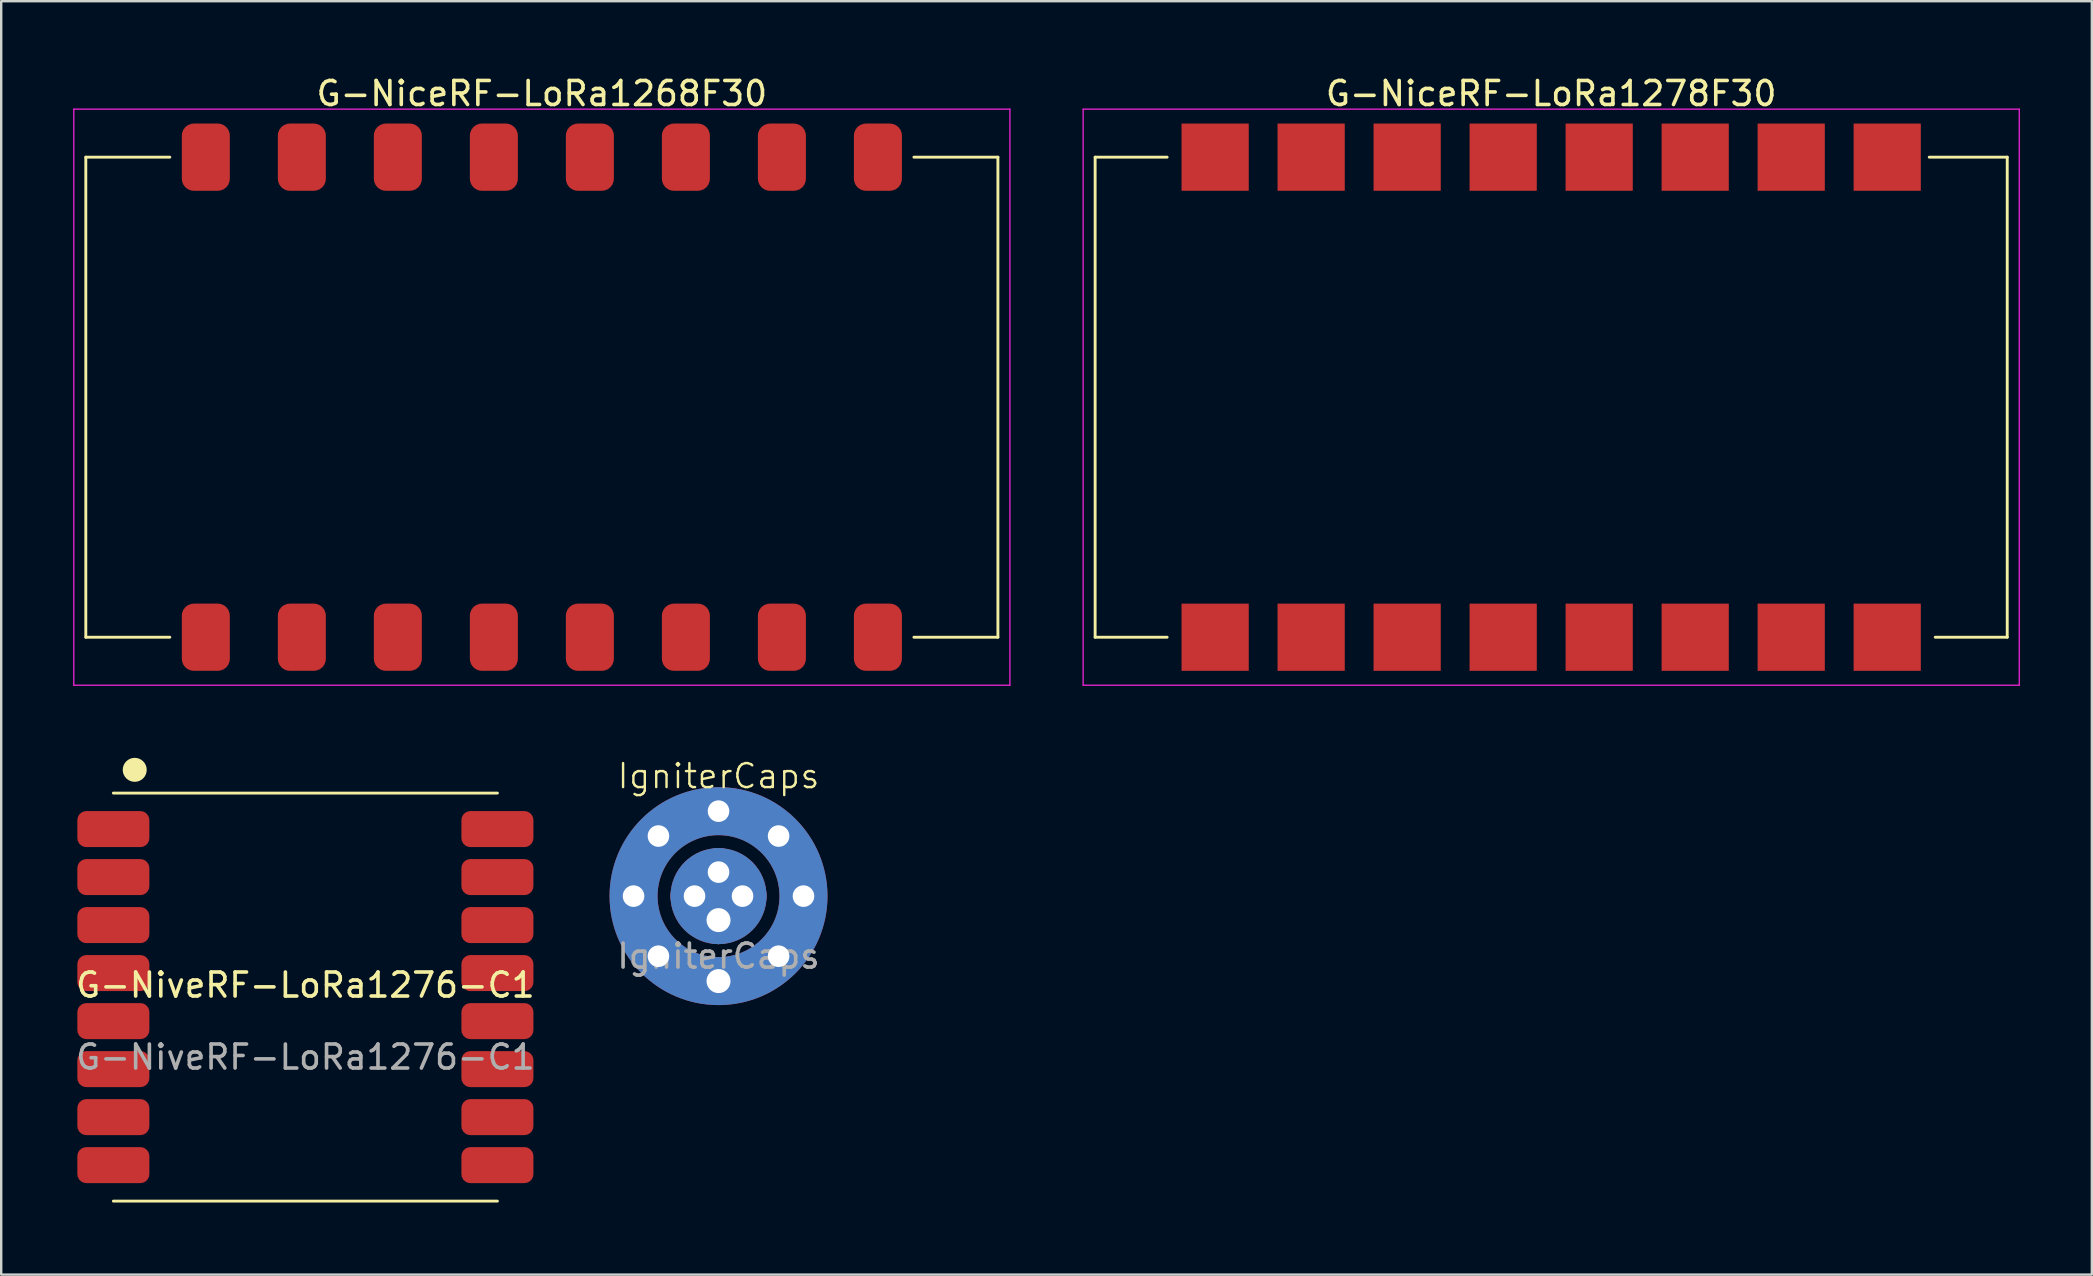
<source format=kicad_pcb>
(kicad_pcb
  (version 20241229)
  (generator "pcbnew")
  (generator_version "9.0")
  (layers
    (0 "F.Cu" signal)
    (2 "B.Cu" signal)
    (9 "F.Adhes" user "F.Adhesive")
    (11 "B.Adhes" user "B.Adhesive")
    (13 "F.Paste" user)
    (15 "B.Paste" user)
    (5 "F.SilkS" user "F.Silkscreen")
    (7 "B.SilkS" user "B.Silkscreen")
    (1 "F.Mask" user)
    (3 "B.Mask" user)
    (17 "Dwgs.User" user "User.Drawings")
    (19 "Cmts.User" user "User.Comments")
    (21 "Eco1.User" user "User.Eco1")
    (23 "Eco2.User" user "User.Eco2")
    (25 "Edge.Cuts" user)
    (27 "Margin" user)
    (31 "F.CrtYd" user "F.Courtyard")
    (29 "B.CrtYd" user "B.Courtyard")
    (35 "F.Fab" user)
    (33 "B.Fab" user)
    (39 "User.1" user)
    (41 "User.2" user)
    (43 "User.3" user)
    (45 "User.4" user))
  (footprint "IgniterCaps"
    (layer "F.Cu")
    (at 26.885 34.284)
    (property "Reference" "IgniterCaps" (at 0 -5 0) (unlocked yes) (layer "F.SilkS") (effects (font (size 1 1) (thickness 0.1))))
    (attr smd)
    (fp_circle (center 0 0) (end 1 0) (stroke (width 2) (type default)) (fill no) (layer "F.Cu"))
    (fp_circle (center 0 0) (end 3.54 0) (stroke (width 2) (type default)) (fill no) (layer "F.Cu"))
    (fp_circle (center 0 0) (end 1 0) (stroke (width 2) (type default)) (fill no) (layer "F.Mask"))
    (fp_circle (center 0 0) (end 3.54 0) (stroke (width 2) (type default)) (fill no) (layer "F.Mask"))
    (fp_circle (center 0 0) (end 1 0) (stroke (width 2) (type default)) (fill no) (layer "B.Cu"))
    (fp_circle (center 0 0) (end 3.54 0) (stroke (width 2) (type default)) (fill no) (layer "B.Cu"))
    (fp_circle (center 0 0) (end 1 0) (stroke (width 2) (type default)) (fill no) (layer "B.Mask"))
    (fp_circle (center 0 0) (end 3.54 0) (stroke (width 2) (type default)) (fill no) (layer "B.Mask"))
    (fp_text user "${REFERENCE}" (at 0 2.5 0) (unlocked yes) (layer "F.Fab") (effects (font (size 1 1) (thickness 0.15))))
    (pad "1" thru_hole circle (at -3.54 0) (size 1.9 1.9) (drill 0.9) (layers "*.Cu" "*.Mask"))
    (pad "1" thru_hole circle (at -2.503 -2.503) (size 1.9 1.9) (drill 0.9) (layers "*.Cu" "*.Mask"))
    (pad "1" thru_hole circle (at -2.503 2.503) (size 1.9 1.9) (drill 0.9) (layers "*.Cu" "*.Mask"))
    (pad "1" thru_hole circle (at 0 -3.54) (size 1.9 1.9) (drill 0.9) (layers "*.Cu" "*.Mask"))
    (pad "1" thru_hole circle (at 0 3.54) (size 1.9 1.9) (drill 1) (layers "*.Cu" "*.Mask"))
    (pad "1" thru_hole circle (at 2.503 -2.503) (size 1.9 1.9) (drill 0.9) (layers "*.Cu" "*.Mask"))
    (pad "1" thru_hole circle (at 2.503 2.503) (size 1.9 1.9) (drill 0.9) (layers "*.Cu" "*.Mask"))
    (pad "1" thru_hole circle (at 3.54 0) (size 1.9 1.9) (drill 0.9) (layers "*.Cu" "*.Mask"))
    (pad "2" thru_hole circle (at -1 0) (size 2 2) (drill 0.9) (layers "*.Cu" "*.Mask"))
    (pad "2" thru_hole circle (at 0 -1) (size 2 2) (drill 0.9) (layers "*.Cu" "*.Mask"))
    (pad "2" thru_hole circle (at 0 1) (size 2 2) (drill 1) (layers "*.Cu" "*.Mask"))
    (pad "2" thru_hole circle (at 1 0) (size 2 2) (drill 0.9) (layers "*.Cu" "*.Mask")))
  (footprint "G-NiceRF-LoRa1268F30"
    (layer "F.Cu")
    (at 19.525 13.498)
    (property "Reference" "G-NiceRF-LoRa1268F30" (at 0 -12.65 0) (layer "F.SilkS") (effects (font (size 1 1) (thickness 0.15))))
    (attr smd)
    (fp_line (start -19 -10) (end -19 10) (stroke (width 0.12) (type solid)) (layer "F.SilkS"))
    (fp_line (start -19 -10) (end -15.5 -10) (stroke (width 0.12) (type solid)) (layer "F.SilkS"))
    (fp_line (start -19 10) (end -15.5 10) (stroke (width 0.12) (type solid)) (layer "F.SilkS"))
    (fp_line (start 15.5 -10) (end 19 -10) (stroke (width 0.12) (type solid)) (layer "F.SilkS"))
    (fp_line (start 19 -10) (end 19 10) (stroke (width 0.12) (type solid)) (layer "F.SilkS"))
    (fp_line (start 19 10) (end 15.5 10) (stroke (width 0.12) (type solid)) (layer "F.SilkS"))
    (fp_line (start -19.5 -12) (end 19.5 -12) (stroke (width 0.05) (type solid)) (layer "F.CrtYd"))
    (fp_line (start -19.5 12) (end -19.5 -12) (stroke (width 0.05) (type solid)) (layer "F.CrtYd"))
    (fp_line (start 19.5 -12) (end 19.5 12) (stroke (width 0.05) (type solid)) (layer "F.CrtYd"))
    (fp_line (start 19.5 12) (end -19.5 12) (stroke (width 0.05) (type solid)) (layer "F.CrtYd"))
    (pad "1" smd roundrect (at -14 -10) (size 2 2.8) (layers "F.Cu" "F.Mask" "F.Paste") (roundrect_rratio 0.25))
    (pad "2" smd roundrect (at -10 -10) (size 2 2.8) (layers "F.Cu" "F.Mask" "F.Paste") (roundrect_rratio 0.25))
    (pad "3" smd roundrect (at -6 -10) (size 2 2.8) (layers "F.Cu" "F.Mask" "F.Paste") (roundrect_rratio 0.25))
    (pad "4" smd roundrect (at -2 -10) (size 2 2.8) (layers "F.Cu" "F.Mask" "F.Paste") (roundrect_rratio 0.25))
    (pad "5" smd roundrect (at 2 -10) (size 2 2.8) (layers "F.Cu" "F.Mask" "F.Paste") (roundrect_rratio 0.25))
    (pad "6" smd roundrect (at 6 -10) (size 2 2.8) (layers "F.Cu" "F.Mask" "F.Paste") (roundrect_rratio 0.25))
    (pad "7" smd roundrect (at 10 -10) (size 2 2.8) (layers "F.Cu" "F.Mask" "F.Paste") (roundrect_rratio 0.25))
    (pad "8" smd roundrect (at 14 -10) (size 2 2.8) (layers "F.Cu" "F.Mask" "F.Paste") (roundrect_rratio 0.25))
    (pad "9" smd roundrect (at 14 10) (size 2 2.8) (layers "F.Cu" "F.Mask" "F.Paste") (roundrect_rratio 0.25))
    (pad "10" smd roundrect (at 10 10) (size 2 2.8) (layers "F.Cu" "F.Mask" "F.Paste") (roundrect_rratio 0.25))
    (pad "11" smd roundrect (at 6 10) (size 2 2.8) (layers "F.Cu" "F.Mask" "F.Paste") (roundrect_rratio 0.25))
    (pad "12" smd roundrect (at 2 10) (size 2 2.8) (layers "F.Cu" "F.Mask" "F.Paste") (roundrect_rratio 0.25))
    (pad "13" smd roundrect (at -2 10) (size 2 2.8) (layers "F.Cu" "F.Mask" "F.Paste") (roundrect_rratio 0.25))
    (pad "14" smd roundrect (at -6 10) (size 2 2.8) (layers "F.Cu" "F.Mask" "F.Paste") (roundrect_rratio 0.25))
    (pad "15" smd roundrect (at -10 10) (size 2 2.8) (layers "F.Cu" "F.Mask" "F.Paste") (roundrect_rratio 0.25))
    (pad "16" smd roundrect (at -14 10) (size 2 2.8) (layers "F.Cu" "F.Mask" "F.Paste") (roundrect_rratio 0.25)))
  (footprint "G-NiceRF-LoRa1278F30"
    (layer "F.Cu")
    (at 61.575 13.498)
    (property "Reference" "G-NiceRF-LoRa1278F30" (at 0 -12.65 0) (layer "F.SilkS") (effects (font (size 1 1) (thickness 0.15))))
    (attr through_hole)
    (fp_line (start -19 -10) (end -19 10) (stroke (width 0.12) (type solid)) (layer "F.SilkS"))
    (fp_line (start -19 10) (end -16 10) (stroke (width 0.12) (type solid)) (layer "F.SilkS"))
    (fp_line (start -16 -10) (end -19 -10) (stroke (width 0.12) (type solid)) (layer "F.SilkS"))
    (fp_line (start 15.75 -10) (end 19 -10) (stroke (width 0.12) (type solid)) (layer "F.SilkS"))
    (fp_line (start 19 -10) (end 19 10) (stroke (width 0.12) (type solid)) (layer "F.SilkS"))
    (fp_line (start 19 10) (end 16 10) (stroke (width 0.12) (type solid)) (layer "F.SilkS"))
    (fp_line (start -19.5 -12) (end 19.5 -12) (stroke (width 0.05) (type solid)) (layer "F.CrtYd"))
    (fp_line (start -19.5 12) (end -19.5 -12) (stroke (width 0.05) (type solid)) (layer "F.CrtYd"))
    (fp_line (start 19.5 -12) (end 19.5 12) (stroke (width 0.05) (type solid)) (layer "F.CrtYd"))
    (fp_line (start 19.5 12) (end -19.5 12) (stroke (width 0.05) (type solid)) (layer "F.CrtYd"))
    (pad "1" smd rect (at -14 -10) (size 2.8 2.8) (layers "F.Cu" "F.Mask" "F.Paste"))
    (pad "2" smd rect (at -10 -10) (size 2.8 2.8) (layers "F.Cu" "F.Mask" "F.Paste"))
    (pad "3" smd rect (at -6 -10) (size 2.8 2.8) (layers "F.Cu" "F.Mask" "F.Paste"))
    (pad "4" smd rect (at -2 -10) (size 2.8 2.8) (layers "F.Cu" "F.Mask" "F.Paste"))
    (pad "5" smd rect (at 2 -10) (size 2.8 2.8) (layers "F.Cu" "F.Mask" "F.Paste"))
    (pad "6" smd rect (at 6 -10) (size 2.8 2.8) (layers "F.Cu" "F.Mask" "F.Paste"))
    (pad "7" smd rect (at 10 -10) (size 2.8 2.8) (layers "F.Cu" "F.Mask" "F.Paste"))
    (pad "8" smd rect (at 14 -10) (size 2.8 2.8) (layers "F.Cu" "F.Mask" "F.Paste"))
    (pad "9" smd rect (at 14 10) (size 2.8 2.8) (layers "F.Cu" "F.Mask" "F.Paste"))
    (pad "10" smd rect (at 10 10) (size 2.8 2.8) (layers "F.Cu" "F.Mask" "F.Paste"))
    (pad "11" smd rect (at 6 10) (size 2.8 2.8) (layers "F.Cu" "F.Mask" "F.Paste"))
    (pad "12" smd rect (at 2 10) (size 2.8 2.8) (layers "F.Cu" "F.Mask" "F.Paste"))
    (pad "13" smd rect (at -2 10) (size 2.8 2.8) (layers "F.Cu" "F.Mask" "F.Paste"))
    (pad "14" smd rect (at -6 10) (size 2.8 2.8) (layers "F.Cu" "F.Mask" "F.Paste"))
    (pad "15" smd rect (at -10 10) (size 2.8 2.8) (layers "F.Cu" "F.Mask" "F.Paste"))
    (pad "16" smd rect (at -14 10) (size 2.8 2.8) (layers "F.Cu" "F.Mask" "F.Paste")))
  (footprint "G-NiveRF-LoRa1276-C1"
    (layer "F.Cu")
    (at 9.673 38.491)
    (property "Reference" "G-NiveRF-LoRa1276-C1" (at 0 -0.5 0) (unlocked yes) (layer "F.SilkS") (effects (font (size 1 1) (thickness 0.15))))
    (attr smd)
    (fp_line (start -8 -8.5) (end 8 -8.5) (stroke (width 0.12) (type default)) (layer "F.SilkS"))
    (fp_line (start -8 8.5) (end 8 8.5) (stroke (width 0.12) (type default)) (layer "F.SilkS"))
    (fp_circle (center -7.11 -9.468) (end -6.86 -9.468) (stroke (width 0.5) (type default)) (fill no) (layer "F.SilkS"))
    (fp_text user "${REFERENCE}" (at 0 2.5 0) (unlocked yes) (layer "F.Fab") (effects (font (size 1 1) (thickness 0.15))))
    (pad "1" smd roundrect (at -8 -7) (size 3 1.5) (layers "F.Cu" "F.Mask" "F.Paste") (roundrect_rratio 0.25))
    (pad "2" smd roundrect (at -8 -5) (size 3 1.5) (layers "F.Cu" "F.Mask" "F.Paste") (roundrect_rratio 0.25))
    (pad "3" smd roundrect (at -8 -3) (size 3 1.5) (layers "F.Cu" "F.Mask" "F.Paste") (roundrect_rratio 0.25))
    (pad "4" smd roundrect (at -8 -1) (size 3 1.5) (layers "F.Cu" "F.Mask" "F.Paste") (roundrect_rratio 0.25))
    (pad "5" smd roundrect (at -8 1) (size 3 1.5) (layers "F.Cu" "F.Mask" "F.Paste") (roundrect_rratio 0.25))
    (pad "6" smd roundrect (at -8 3) (size 3 1.5) (layers "F.Cu" "F.Mask" "F.Paste") (roundrect_rratio 0.25))
    (pad "7" smd roundrect (at -8 5) (size 3 1.5) (layers "F.Cu" "F.Mask" "F.Paste") (roundrect_rratio 0.25))
    (pad "8" smd roundrect (at -8 7) (size 3 1.5) (layers "F.Cu" "F.Mask" "F.Paste") (roundrect_rratio 0.25))
    (pad "9" smd roundrect (at 8 7) (size 3 1.5) (layers "F.Cu" "F.Mask" "F.Paste") (roundrect_rratio 0.25))
    (pad "10" smd roundrect (at 8 5) (size 3 1.5) (layers "F.Cu" "F.Mask" "F.Paste") (roundrect_rratio 0.25))
    (pad "11" smd roundrect (at 8 3) (size 3 1.5) (layers "F.Cu" "F.Mask" "F.Paste") (roundrect_rratio 0.25))
    (pad "12" smd roundrect (at 8 1) (size 3 1.5) (layers "F.Cu" "F.Mask" "F.Paste") (roundrect_rratio 0.25))
    (pad "13" smd roundrect (at 8 -1) (size 3 1.5) (layers "F.Cu" "F.Mask" "F.Paste") (roundrect_rratio 0.25))
    (pad "14" smd roundrect (at 8 -3) (size 3 1.5) (layers "F.Cu" "F.Mask" "F.Paste") (roundrect_rratio 0.25))
    (pad "15" smd roundrect (at 8 -5) (size 3 1.5) (layers "F.Cu" "F.Mask" "F.Paste") (roundrect_rratio 0.25))
    (pad "16" smd roundrect (at 8 -7) (size 3 1.5) (layers "F.Cu" "F.Mask" "F.Paste") (roundrect_rratio 0.25)))
  (gr_rect
    (start -3 -3)
    (end 84.1 50.051)
    (stroke (width 0.1) (type default))
    (fill no)
    (layer "Edge.Cuts")))
</source>
